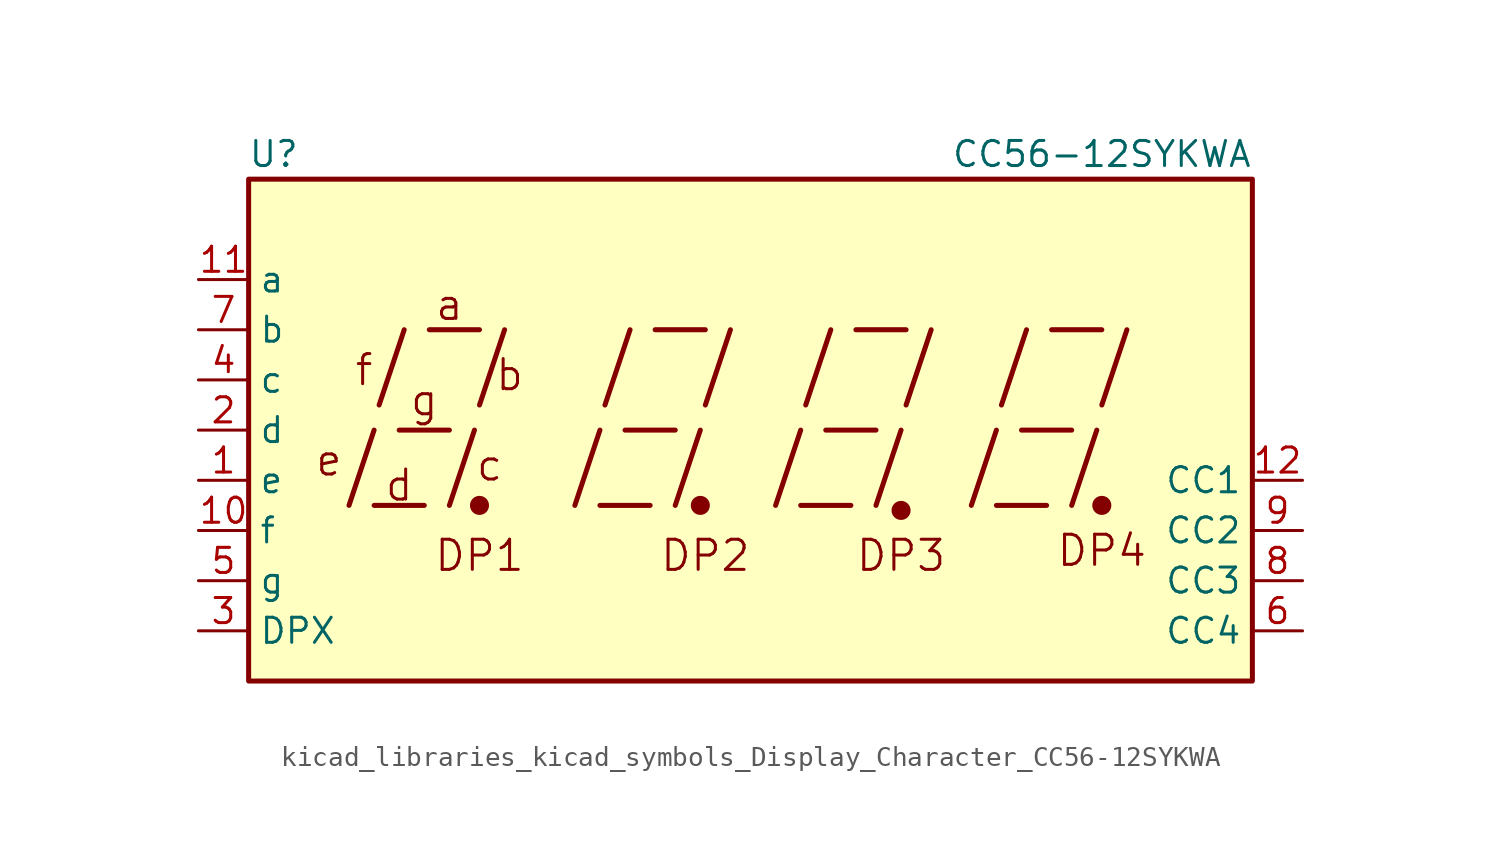
<source format=kicad_sym>
(kicad_symbol_lib
  (version 20220914)
  (generator kicad_symbol_editor)
  (symbol "kicad_libraries_kicad_symbols_Display_Character_CC56-12SYKWA"
    (property "Reference" "U"
      (at -24.13 13.97 0)
      (effects (font (size 1.27 1.27))))
    (property "Value" "CC56-12SYKWA"
      (at 17.78 13.97 0)
      (effects (font (size 1.27 1.27))))
    (symbol "kicad_libraries_kicad_symbols_Display_Character_CC56-12SYKWA_0_0"
      (rectangle (start -25.4 12.7) (end 25.4 -12.7) (stroke (width 0.254) (type default)) (fill (type background)))
      (polyline (pts (xy -20.32 -3.81) (xy -19.05 0)) (stroke (width 0.254) (type default)) (fill (type none)))
      (polyline (pts (xy -19.05 -3.81) (xy -16.51 -3.81)) (stroke (width 0.254) (type default)) (fill (type none)))
      (polyline (pts (xy -18.796 1.27) (xy -17.526 5.08)) (stroke (width 0.254) (type default)) (fill (type none)))
      (polyline (pts (xy -17.78 0) (xy -15.24 0)) (stroke (width 0.254) (type default)) (fill (type none)))
      (polyline (pts (xy -16.256 5.08) (xy -13.716 5.08)) (stroke (width 0.254) (type default)) (fill (type none)))
      (polyline (pts (xy -15.24 -3.81) (xy -13.97 0)) (stroke (width 0.254) (type default)) (fill (type none)))
      (polyline (pts (xy -13.716 1.27) (xy -12.446 5.08)) (stroke (width 0.254) (type default)) (fill (type none)))
      (polyline (pts (xy -8.89 -3.81) (xy -7.62 0)) (stroke (width 0.254) (type default)) (fill (type none)))
      (polyline (pts (xy -7.62 -3.81) (xy -5.08 -3.81)) (stroke (width 0.254) (type default)) (fill (type none)))
      (polyline (pts (xy -7.366 1.27) (xy -6.096 5.08)) (stroke (width 0.254) (type default)) (fill (type none)))
      (polyline (pts (xy -6.35 0) (xy -3.81 0)) (stroke (width 0.254) (type default)) (fill (type none)))
      (polyline (pts (xy -4.826 5.08) (xy -2.286 5.08)) (stroke (width 0.254) (type default)) (fill (type none)))
      (polyline (pts (xy -3.81 -3.81) (xy -2.54 0)) (stroke (width 0.254) (type default)) (fill (type none)))
      (polyline (pts (xy -2.286 1.27) (xy -1.016 5.08)) (stroke (width 0.254) (type default)) (fill (type none)))
      (polyline (pts (xy 1.27 -3.81) (xy 2.54 0)) (stroke (width 0.254) (type default)) (fill (type none)))
      (polyline (pts (xy 2.54 -3.81) (xy 5.08 -3.81)) (stroke (width 0.254) (type default)) (fill (type none)))
      (polyline (pts (xy 2.794 1.27) (xy 4.064 5.08)) (stroke (width 0.254) (type default)) (fill (type none)))
      (polyline (pts (xy 3.81 0) (xy 6.35 0)) (stroke (width 0.254) (type default)) (fill (type none)))
      (polyline (pts (xy 5.334 5.08) (xy 7.874 5.08)) (stroke (width 0.254) (type default)) (fill (type none)))
      (polyline (pts (xy 6.35 -3.81) (xy 7.62 0)) (stroke (width 0.254) (type default)) (fill (type none)))
      (polyline (pts (xy 7.874 1.27) (xy 9.144 5.08)) (stroke (width 0.254) (type default)) (fill (type none)))
      (polyline (pts (xy 11.176 -3.81) (xy 12.446 0)) (stroke (width 0.254) (type default)) (fill (type none)))
      (polyline (pts (xy 12.446 -3.81) (xy 14.986 -3.81)) (stroke (width 0.254) (type default)) (fill (type none)))
      (polyline (pts (xy 12.7 1.27) (xy 13.97 5.08)) (stroke (width 0.254) (type default)) (fill (type none)))
      (polyline (pts (xy 13.716 0) (xy 16.256 0)) (stroke (width 0.254) (type default)) (fill (type none)))
      (polyline (pts (xy 15.24 5.08) (xy 17.78 5.08)) (stroke (width 0.254) (type default)) (fill (type none)))
      (polyline (pts (xy 16.256 -3.81) (xy 17.526 0)) (stroke (width 0.254) (type default)) (fill (type none)))
      (polyline (pts (xy 17.78 1.27) (xy 19.05 5.08)) (stroke (width 0.254) (type default)) (fill (type none)))
      (text "a" (at -15.24 6.35 0) (effects (font (size 1.524 1.524))))
      (text "b" (at -12.192 2.794 0) (effects (font (size 1.524 1.524))))
      (text "c" (at -13.208 -1.778 0) (effects (font (size 1.524 1.524))))
      (text "d" (at -17.78 -2.794 0) (effects (font (size 1.524 1.524))))
      (text "DP1" (at -13.716 -6.35 0) (effects (font (size 1.524 1.524))))
      (text "DP2" (at -2.286 -6.35 0) (effects (font (size 1.524 1.524))))
      (text "DP3" (at 7.62 -6.35 0) (effects (font (size 1.524 1.524))))
      (text "DP4" (at 17.78 -6.096 0) (effects (font (size 1.524 1.524))))
      (text "e" (at -21.336 -1.524 0) (effects (font (size 1.524 1.524))))
      (text "f" (at -19.558 3.048 0) (effects (font (size 1.524 1.524))))
      (text "g" (at -16.51 1.524 0) (effects (font (size 1.524 1.524)))))
    (symbol "kicad_libraries_kicad_symbols_Display_Character_CC56-12SYKWA_0_1"
      (circle (center -13.716 -3.81) (radius 0.356) (stroke (width 0.254) (type default)) (fill (type outline)))
      (circle (center -2.54 -3.81) (radius 0.356) (stroke (width 0.254) (type default)) (fill (type outline))))
    (symbol "kicad_libraries_kicad_symbols_Display_Character_CC56-12SYKWA_1_0"
      (circle (center 7.62 -4.064) (radius 0.356) (stroke (width 0.254) (type default)) (fill (type outline)))
      (circle (center 17.78 -3.81) (radius 0.356) (stroke (width 0.254) (type default)) (fill (type outline))))
    (symbol "kicad_libraries_kicad_symbols_Display_Character_CC56-12SYKWA_1_1"
      (pin input line (at -27.94 -2.54 0) (length 2.54) (name "e" (effects (font (size 1.27 1.27)))) (number "1" (effects (font (size 1.27 1.27)))))
      (pin input line (at -27.94 -5.08 0) (length 2.54) (name "f" (effects (font (size 1.27 1.27)))) (number "10" (effects (font (size 1.27 1.27)))))
      (pin input line (at -27.94 7.62 0) (length 2.54) (name "a" (effects (font (size 1.27 1.27)))) (number "11" (effects (font (size 1.27 1.27)))))
      (pin input line (at 27.94 -2.54 180) (length 2.54) (name "CC1" (effects (font (size 1.27 1.27)))) (number "12" (effects (font (size 1.27 1.27)))))
      (pin input line (at -27.94 0 0) (length 2.54) (name "d" (effects (font (size 1.27 1.27)))) (number "2" (effects (font (size 1.27 1.27)))))
      (pin input line (at -27.94 -10.16 0) (length 2.54) (name "DPX" (effects (font (size 1.27 1.27)))) (number "3" (effects (font (size 1.27 1.27)))))
      (pin input line (at -27.94 2.54 0) (length 2.54) (name "c" (effects (font (size 1.27 1.27)))) (number "4" (effects (font (size 1.27 1.27)))))
      (pin input line (at -27.94 -7.62 0) (length 2.54) (name "g" (effects (font (size 1.27 1.27)))) (number "5" (effects (font (size 1.27 1.27)))))
      (pin input line (at 27.94 -10.16 180) (length 2.54) (name "CC4" (effects (font (size 1.27 1.27)))) (number "6" (effects (font (size 1.27 1.27)))))
      (pin input line (at -27.94 5.08 0) (length 2.54) (name "b" (effects (font (size 1.27 1.27)))) (number "7" (effects (font (size 1.27 1.27)))))
      (pin input line (at 27.94 -7.62 180) (length 2.54) (name "CC3" (effects (font (size 1.27 1.27)))) (number "8" (effects (font (size 1.27 1.27)))))
      (pin input line (at 27.94 -5.08 180) (length 2.54) (name "CC2" (effects (font (size 1.27 1.27)))) (number "9" (effects (font (size 1.27 1.27))))))))
</source>
